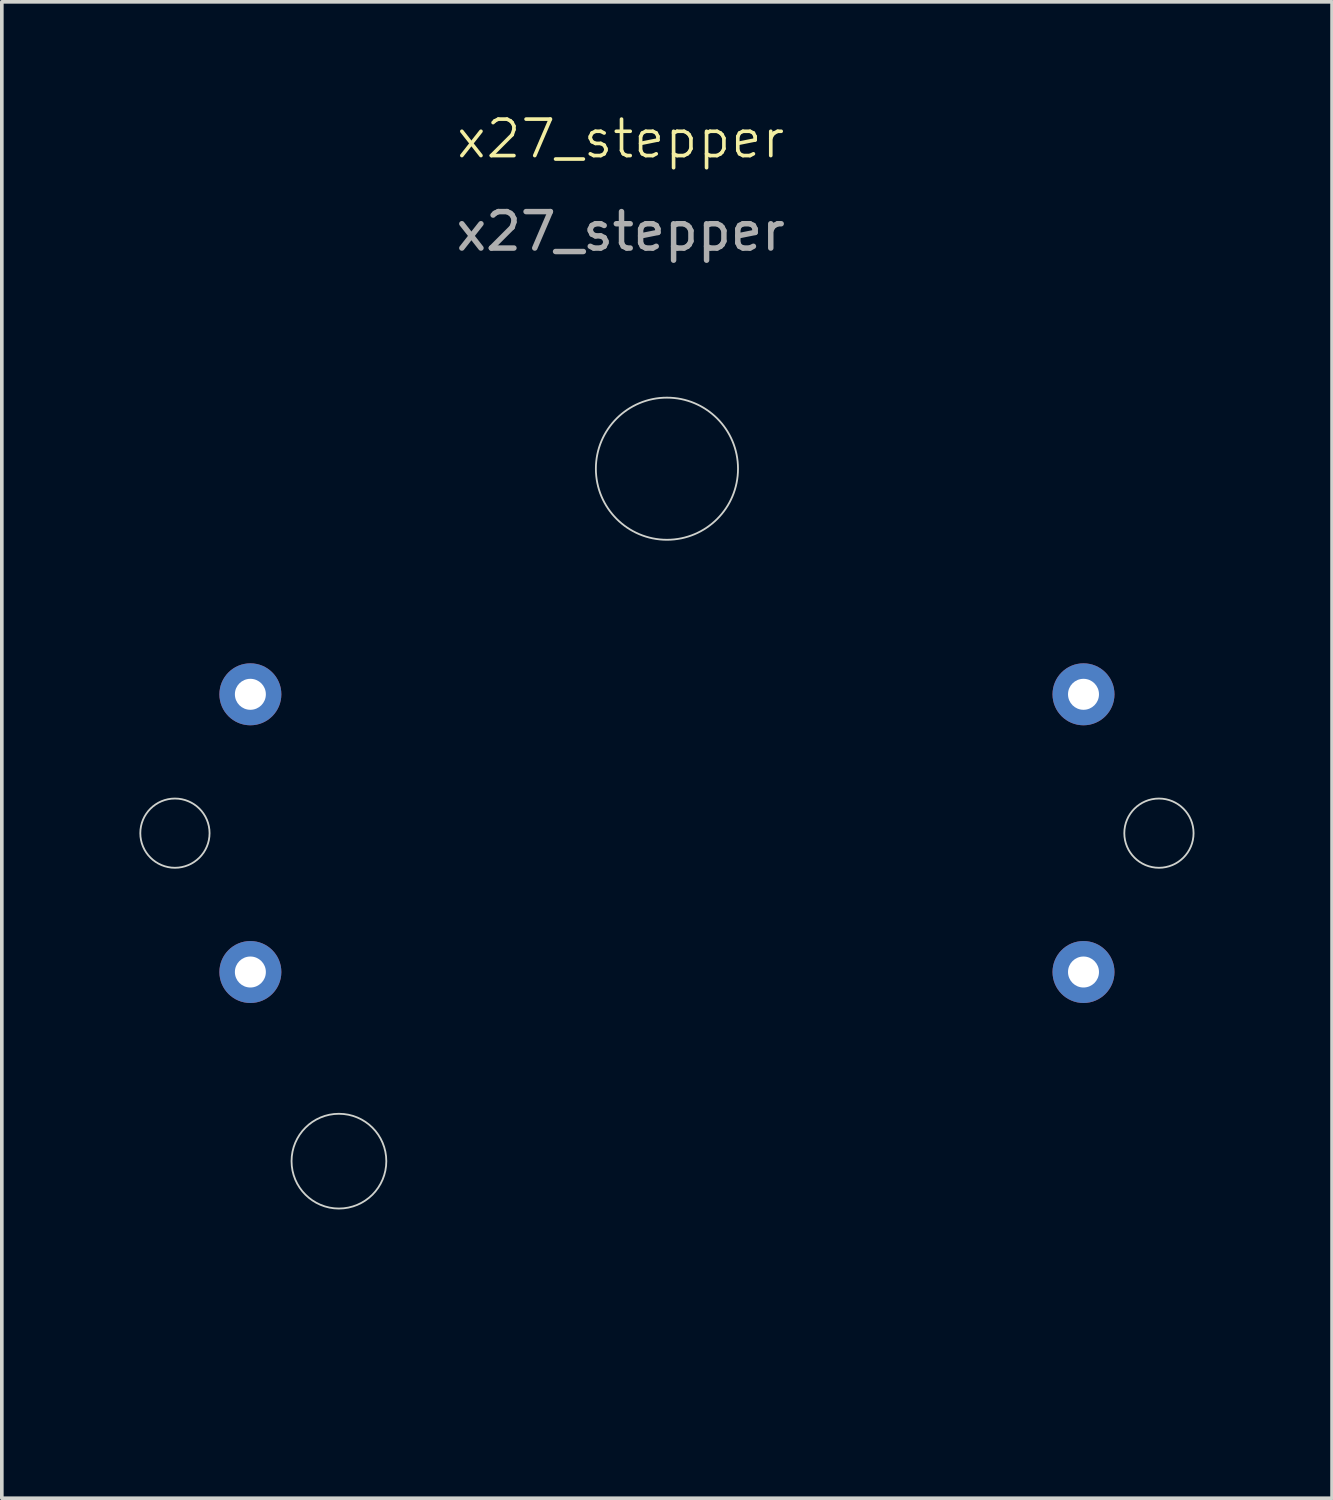
<source format=kicad_pcb>
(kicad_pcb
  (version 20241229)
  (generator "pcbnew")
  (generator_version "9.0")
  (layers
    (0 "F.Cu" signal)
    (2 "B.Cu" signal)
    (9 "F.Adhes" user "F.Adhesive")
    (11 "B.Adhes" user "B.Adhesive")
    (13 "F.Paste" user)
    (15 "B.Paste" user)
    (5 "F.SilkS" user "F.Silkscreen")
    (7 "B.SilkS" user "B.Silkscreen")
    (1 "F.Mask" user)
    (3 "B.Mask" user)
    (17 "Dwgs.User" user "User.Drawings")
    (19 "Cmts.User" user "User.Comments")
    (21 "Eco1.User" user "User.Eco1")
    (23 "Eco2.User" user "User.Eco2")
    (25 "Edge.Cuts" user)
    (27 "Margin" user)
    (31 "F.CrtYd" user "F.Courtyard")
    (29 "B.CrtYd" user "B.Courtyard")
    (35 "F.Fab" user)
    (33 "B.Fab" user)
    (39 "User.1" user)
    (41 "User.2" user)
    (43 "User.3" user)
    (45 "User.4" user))
  (footprint "x27_stepper"
    (layer "F.Cu")
    (at 17.79 29.971)
    (property "Reference" "x27_stepper" (at -3.81 -29.21 0) (unlocked yes) (layer "F.SilkS") (effects (font (size 1 1) (thickness 0.1))))
    (attr smd)
    (fp_circle (center -16.04 -10.16) (end -15.09 -10.16) (stroke (width 0.05) (type default)) (fill no) (layer "Edge.Cuts"))
    (fp_circle (center -11.54 -1.16) (end -10.24 -1.16) (stroke (width 0.05) (type default)) (fill no) (layer "Edge.Cuts"))
    (fp_circle (center -2.54 -20.16) (end -0.59 -20.16) (stroke (width 0.05) (type default)) (fill no) (layer "Edge.Cuts"))
    (fp_circle (center 10.96 -10.16) (end 11.91 -10.16) (stroke (width 0.05) (type default)) (fill no) (layer "Edge.Cuts"))
    (fp_circle (center -2.54 -10.16) (end 12.66 -10.16) (stroke (width 0.1) (type default)) (fill no) (layer "Margin"))
    (fp_text user "${REFERENCE}" (at -3.81 -26.67 0) (unlocked yes) (layer "F.Fab") (effects (font (size 1 1) (thickness 0.15))))
    (pad "1" thru_hole circle (at -13.97 -13.97) (size 1.7 1.7) (drill 0.85) (layers "*.Cu" "*.Mask"))
    (pad "1" thru_hole circle (at -13.97 -6.35) (size 1.7 1.7) (drill 0.85) (layers "*.Cu" "*.Mask"))
    (pad "1" thru_hole circle (at 8.89 -13.97) (size 1.7 1.7) (drill 0.85) (layers "*.Cu" "*.Mask"))
    (pad "1" thru_hole circle (at 8.89 -6.35) (size 1.7 1.7) (drill 0.85) (layers "*.Cu" "*.Mask")))
  (gr_rect
    (start -3 -3)
    (end 33.5 38.06)
    (stroke (width 0.1) (type default))
    (fill no)
    (layer "Edge.Cuts")))
</source>
